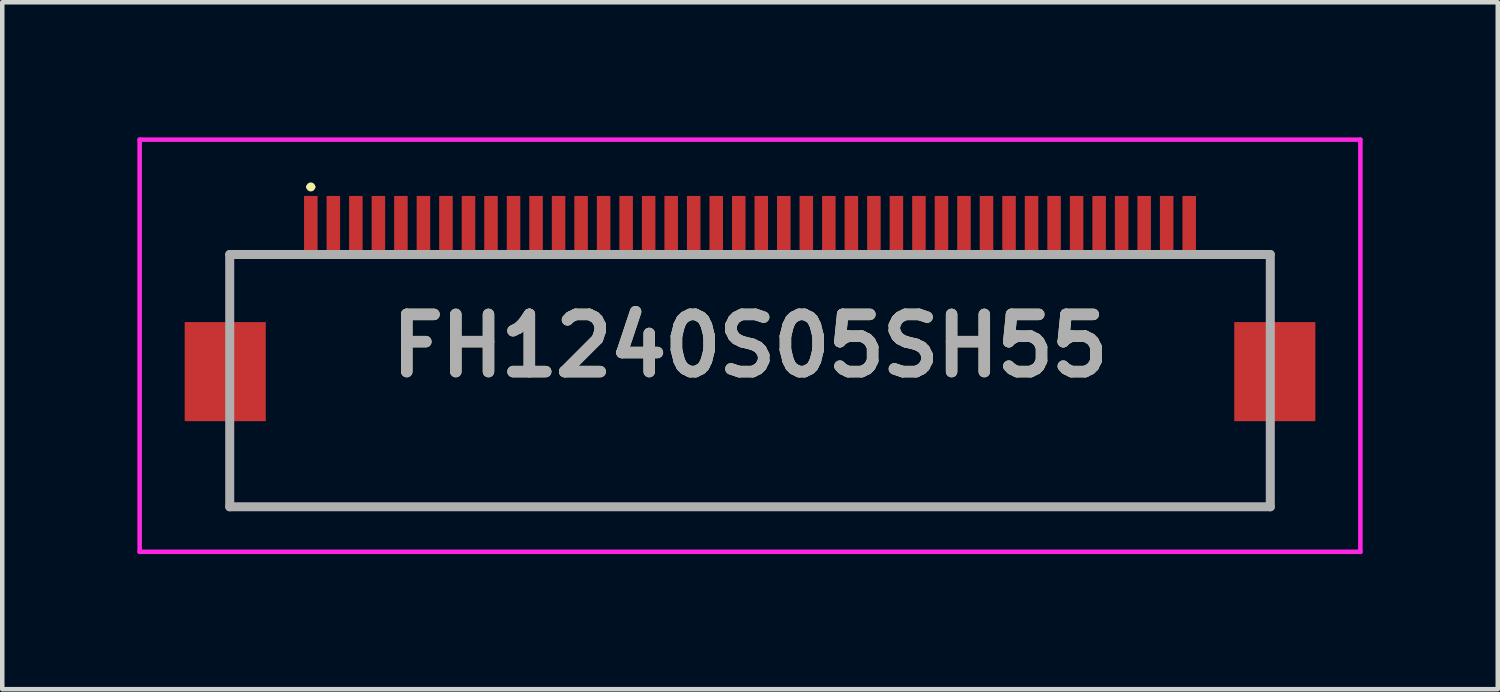
<source format=kicad_pcb>
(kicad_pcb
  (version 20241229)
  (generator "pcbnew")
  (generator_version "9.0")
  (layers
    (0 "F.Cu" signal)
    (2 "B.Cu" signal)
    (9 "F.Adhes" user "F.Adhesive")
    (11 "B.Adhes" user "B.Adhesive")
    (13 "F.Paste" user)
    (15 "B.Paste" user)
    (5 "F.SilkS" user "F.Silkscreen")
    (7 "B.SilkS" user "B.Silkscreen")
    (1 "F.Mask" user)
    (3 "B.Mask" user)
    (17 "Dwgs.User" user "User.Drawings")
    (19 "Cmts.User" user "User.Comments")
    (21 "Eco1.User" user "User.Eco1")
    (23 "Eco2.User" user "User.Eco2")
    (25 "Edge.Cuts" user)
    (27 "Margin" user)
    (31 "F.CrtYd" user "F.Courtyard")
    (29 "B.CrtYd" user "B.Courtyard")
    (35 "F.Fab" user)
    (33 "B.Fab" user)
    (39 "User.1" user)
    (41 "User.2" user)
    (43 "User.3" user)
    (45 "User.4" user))
  (footprint "FH1240S05SH55"
    (layer "F.Cu")
    (at 13.6 4.625)
    (property "Reference" "FH1240S05SH55" (at 0 0 0) (layer "F.SilkS") (effects (font (size 1.27 1.27) (thickness 0.254))))
    (attr smd)
    (fp_line (start -11.55 -2.025) (end -11.55 -1.025) (stroke (width 0.1) (type solid)) (layer "F.SilkS"))
    (fp_line (start -11.55 1.975) (end -11.55 3.575) (stroke (width 0.1) (type solid)) (layer "F.SilkS"))
    (fp_line (start -11.55 3.575) (end 11.55 3.575) (stroke (width 0.1) (type solid)) (layer "F.SilkS"))
    (fp_line (start -11.5 -2.025) (end -11.55 -2.025) (stroke (width 0.1) (type solid)) (layer "F.SilkS"))
    (fp_line (start -10.5 -2.025) (end -11.5 -2.025) (stroke (width 0.1) (type solid)) (layer "F.SilkS"))
    (fp_line (start -9.8 -3.525) (end -9.8 -3.525) (stroke (width 0.1) (type solid)) (layer "F.SilkS"))
    (fp_line (start -9.7 -3.525) (end -9.7 -3.525) (stroke (width 0.1) (type solid)) (layer "F.SilkS"))
    (fp_line (start 10.5 -2.025) (end 11.55 -2.025) (stroke (width 0.1) (type solid)) (layer "F.SilkS"))
    (fp_line (start 11.55 -2.025) (end 11.55 -1.025) (stroke (width 0.1) (type solid)) (layer "F.SilkS"))
    (fp_line (start 11.55 3.575) (end 11.55 1.975) (stroke (width 0.1) (type solid)) (layer "F.SilkS"))
    (fp_arc (start -9.8 -3.525) (mid -9.75 -3.575) (end -9.7 -3.525) (stroke (width 0.1) (type solid)) (layer "F.SilkS"))
    (fp_arc (start -9.7 -3.525) (mid -9.75 -3.475) (end -9.8 -3.525) (stroke (width 0.1) (type solid)) (layer "F.SilkS"))
    (fp_line (start -13.55 -4.575) (end 13.55 -4.575) (stroke (width 0.1) (type solid)) (layer "F.CrtYd"))
    (fp_line (start -13.55 4.575) (end -13.55 -4.575) (stroke (width 0.1) (type solid)) (layer "F.CrtYd"))
    (fp_line (start 13.55 -4.575) (end 13.55 4.575) (stroke (width 0.1) (type solid)) (layer "F.CrtYd"))
    (fp_line (start 13.55 4.575) (end -13.55 4.575) (stroke (width 0.1) (type solid)) (layer "F.CrtYd"))
    (fp_line (start -11.55 -2.025) (end 11.55 -2.025) (stroke (width 0.2) (type solid)) (layer "F.Fab"))
    (fp_line (start -11.55 3.575) (end -11.55 -2.025) (stroke (width 0.2) (type solid)) (layer "F.Fab"))
    (fp_line (start 11.55 -2.025) (end 11.55 3.575) (stroke (width 0.2) (type solid)) (layer "F.Fab"))
    (fp_line (start 11.55 3.575) (end -11.55 3.575) (stroke (width 0.2) (type solid)) (layer "F.Fab"))
    (fp_text user "${REFERENCE}" (at 0 0 0) (layer "F.Fab") (effects (font (size 1.27 1.27) (thickness 0.254))))
    (pad "1" smd rect (at -9.75 -2.675) (size 0.3 1.3) (layers "F.Cu" "F.Mask" "F.Paste"))
    (pad "2" smd rect (at -9.25 -2.675) (size 0.3 1.3) (layers "F.Cu" "F.Mask" "F.Paste"))
    (pad "3" smd rect (at -8.75 -2.675) (size 0.3 1.3) (layers "F.Cu" "F.Mask" "F.Paste"))
    (pad "4" smd rect (at -8.25 -2.675) (size 0.3 1.3) (layers "F.Cu" "F.Mask" "F.Paste"))
    (pad "5" smd rect (at -7.75 -2.675) (size 0.3 1.3) (layers "F.Cu" "F.Mask" "F.Paste"))
    (pad "6" smd rect (at -7.25 -2.675) (size 0.3 1.3) (layers "F.Cu" "F.Mask" "F.Paste"))
    (pad "7" smd rect (at -6.75 -2.675) (size 0.3 1.3) (layers "F.Cu" "F.Mask" "F.Paste"))
    (pad "8" smd rect (at -6.25 -2.675) (size 0.3 1.3) (layers "F.Cu" "F.Mask" "F.Paste"))
    (pad "9" smd rect (at -5.75 -2.675) (size 0.3 1.3) (layers "F.Cu" "F.Mask" "F.Paste"))
    (pad "10" smd rect (at -5.25 -2.675) (size 0.3 1.3) (layers "F.Cu" "F.Mask" "F.Paste"))
    (pad "11" smd rect (at -4.75 -2.675) (size 0.3 1.3) (layers "F.Cu" "F.Mask" "F.Paste"))
    (pad "12" smd rect (at -4.25 -2.675) (size 0.3 1.3) (layers "F.Cu" "F.Mask" "F.Paste"))
    (pad "13" smd rect (at -3.75 -2.675) (size 0.3 1.3) (layers "F.Cu" "F.Mask" "F.Paste"))
    (pad "14" smd rect (at -3.25 -2.675) (size 0.3 1.3) (layers "F.Cu" "F.Mask" "F.Paste"))
    (pad "15" smd rect (at -2.75 -2.675) (size 0.3 1.3) (layers "F.Cu" "F.Mask" "F.Paste"))
    (pad "16" smd rect (at -2.25 -2.675) (size 0.3 1.3) (layers "F.Cu" "F.Mask" "F.Paste"))
    (pad "17" smd rect (at -1.75 -2.675) (size 0.3 1.3) (layers "F.Cu" "F.Mask" "F.Paste"))
    (pad "18" smd rect (at -1.25 -2.675) (size 0.3 1.3) (layers "F.Cu" "F.Mask" "F.Paste"))
    (pad "19" smd rect (at -0.75 -2.675) (size 0.3 1.3) (layers "F.Cu" "F.Mask" "F.Paste"))
    (pad "20" smd rect (at -0.25 -2.675) (size 0.3 1.3) (layers "F.Cu" "F.Mask" "F.Paste"))
    (pad "21" smd rect (at 0.25 -2.675) (size 0.3 1.3) (layers "F.Cu" "F.Mask" "F.Paste"))
    (pad "22" smd rect (at 0.75 -2.675) (size 0.3 1.3) (layers "F.Cu" "F.Mask" "F.Paste"))
    (pad "23" smd rect (at 1.25 -2.675) (size 0.3 1.3) (layers "F.Cu" "F.Mask" "F.Paste"))
    (pad "24" smd rect (at 1.75 -2.675) (size 0.3 1.3) (layers "F.Cu" "F.Mask" "F.Paste"))
    (pad "25" smd rect (at 2.25 -2.675) (size 0.3 1.3) (layers "F.Cu" "F.Mask" "F.Paste"))
    (pad "26" smd rect (at 2.75 -2.675) (size 0.3 1.3) (layers "F.Cu" "F.Mask" "F.Paste"))
    (pad "27" smd rect (at 3.25 -2.675) (size 0.3 1.3) (layers "F.Cu" "F.Mask" "F.Paste"))
    (pad "28" smd rect (at 3.75 -2.675) (size 0.3 1.3) (layers "F.Cu" "F.Mask" "F.Paste"))
    (pad "29" smd rect (at 4.25 -2.675) (size 0.3 1.3) (layers "F.Cu" "F.Mask" "F.Paste"))
    (pad "30" smd rect (at 4.75 -2.675) (size 0.3 1.3) (layers "F.Cu" "F.Mask" "F.Paste"))
    (pad "31" smd rect (at 5.25 -2.675) (size 0.3 1.3) (layers "F.Cu" "F.Mask" "F.Paste"))
    (pad "32" smd rect (at 5.75 -2.675) (size 0.3 1.3) (layers "F.Cu" "F.Mask" "F.Paste"))
    (pad "33" smd rect (at 6.25 -2.675) (size 0.3 1.3) (layers "F.Cu" "F.Mask" "F.Paste"))
    (pad "34" smd rect (at 6.75 -2.675) (size 0.3 1.3) (layers "F.Cu" "F.Mask" "F.Paste"))
    (pad "35" smd rect (at 7.25 -2.675) (size 0.3 1.3) (layers "F.Cu" "F.Mask" "F.Paste"))
    (pad "36" smd rect (at 7.75 -2.675) (size 0.3 1.3) (layers "F.Cu" "F.Mask" "F.Paste"))
    (pad "37" smd rect (at 8.25 -2.675) (size 0.3 1.3) (layers "F.Cu" "F.Mask" "F.Paste"))
    (pad "38" smd rect (at 8.75 -2.675) (size 0.3 1.3) (layers "F.Cu" "F.Mask" "F.Paste"))
    (pad "39" smd rect (at 9.25 -2.675) (size 0.3 1.3) (layers "F.Cu" "F.Mask" "F.Paste"))
    (pad "40" smd rect (at 9.75 -2.675) (size 0.3 1.3) (layers "F.Cu" "F.Mask" "F.Paste"))
    (pad "41" smd rect (at -11.65 0.575) (size 1.8 2.2) (layers "F.Cu" "F.Mask" "F.Paste"))
    (pad "42" smd rect (at 11.65 0.575) (size 1.8 2.2) (layers "F.Cu" "F.Mask" "F.Paste")))
  (gr_rect
    (start -3 -3)
    (end 30.2 12.25)
    (stroke (width 0.1) (type default))
    (fill no)
    (layer "Edge.Cuts")))
</source>
